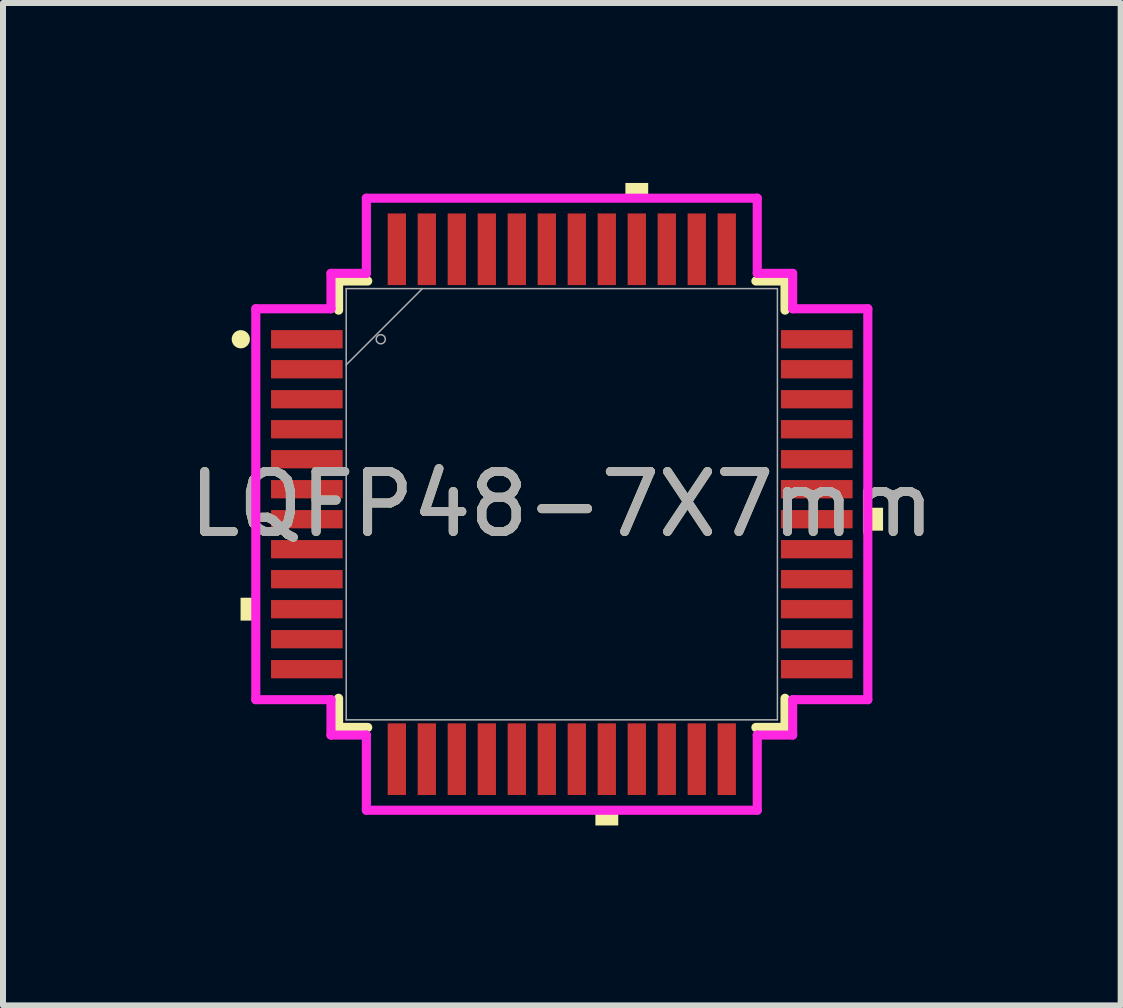
<source format=kicad_pcb>
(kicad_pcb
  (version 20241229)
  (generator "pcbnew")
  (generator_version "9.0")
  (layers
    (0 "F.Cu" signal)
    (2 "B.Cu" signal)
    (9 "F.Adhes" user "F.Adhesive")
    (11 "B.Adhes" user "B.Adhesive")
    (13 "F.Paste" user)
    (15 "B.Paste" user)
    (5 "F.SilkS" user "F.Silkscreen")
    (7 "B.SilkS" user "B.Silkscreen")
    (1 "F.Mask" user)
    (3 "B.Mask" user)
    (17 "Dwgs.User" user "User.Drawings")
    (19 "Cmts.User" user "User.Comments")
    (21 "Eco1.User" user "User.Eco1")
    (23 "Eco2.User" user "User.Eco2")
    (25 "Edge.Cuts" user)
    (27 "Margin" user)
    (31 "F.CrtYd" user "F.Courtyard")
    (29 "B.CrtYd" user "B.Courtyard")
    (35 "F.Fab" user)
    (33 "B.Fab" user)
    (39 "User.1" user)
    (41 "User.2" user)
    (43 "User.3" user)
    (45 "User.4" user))
  (footprint "LQFP48-7X7mm"
    (layer "F.Cu")
    (at 6.315 5.355)
    (property "Reference" "LQFP48-7X7mm" (at 0 0 0) (unlocked yes) (layer "F.SilkS") (effects (font (size 1 1) (thickness 0.15))))
    (attr smd)
    (fp_line (start -3.721 -3.721) (end -3.721 -3.235) (stroke (width 0.152) (type solid)) (layer "F.SilkS"))
    (fp_line (start -3.721 3.235) (end -3.721 3.721) (stroke (width 0.152) (type solid)) (layer "F.SilkS"))
    (fp_line (start -3.721 3.721) (end -3.235 3.721) (stroke (width 0.152) (type solid)) (layer "F.SilkS"))
    (fp_line (start -3.235 -3.721) (end -3.721 -3.721) (stroke (width 0.152) (type solid)) (layer "F.SilkS"))
    (fp_line (start 3.235 3.721) (end 3.721 3.721) (stroke (width 0.152) (type solid)) (layer "F.SilkS"))
    (fp_line (start 3.721 -3.721) (end 3.235 -3.721) (stroke (width 0.152) (type solid)) (layer "F.SilkS"))
    (fp_line (start 3.721 -3.235) (end 3.721 -3.721) (stroke (width 0.152) (type solid)) (layer "F.SilkS"))
    (fp_line (start 3.721 3.721) (end 3.721 3.235) (stroke (width 0.152) (type solid)) (layer "F.SilkS"))
    (fp_circle (center -5.351 -2.75) (end -5.275 -2.75) (stroke (width 0.152) (type solid)) (fill no) (layer "F.SilkS"))
    (fp_poly (pts (xy -5.355 1.559) (xy -5.355 1.94) (xy -5.101 1.94) (xy -5.101 1.559)) (stroke (width 0) (type solid)) (fill yes) (layer "F.SilkS"))
    (fp_poly (pts (xy 0.56 5.101) (xy 0.56 5.355) (xy 0.941 5.355) (xy 0.941 5.101)) (stroke (width 0) (type solid)) (fill yes) (layer "F.SilkS"))
    (fp_poly (pts (xy 1.06 -5.101) (xy 1.06 -5.355) (xy 1.44 -5.355) (xy 1.44 -5.101)) (stroke (width 0) (type solid)) (fill yes) (layer "F.SilkS"))
    (fp_poly (pts (xy 5.355 0.059) (xy 5.355 0.441) (xy 5.101 0.441) (xy 5.101 0.059)) (stroke (width 0) (type solid)) (fill yes) (layer "F.SilkS"))
    (fp_line (start -5.101 -3.258) (end -3.848 -3.258) (stroke (width 0.152) (type solid)) (layer "F.CrtYd"))
    (fp_line (start -5.101 3.258) (end -5.101 -3.258) (stroke (width 0.152) (type solid)) (layer "F.CrtYd"))
    (fp_line (start -3.848 -3.848) (end -3.258 -3.848) (stroke (width 0.152) (type solid)) (layer "F.CrtYd"))
    (fp_line (start -3.848 -3.258) (end -3.848 -3.848) (stroke (width 0.152) (type solid)) (layer "F.CrtYd"))
    (fp_line (start -3.848 3.258) (end -5.101 3.258) (stroke (width 0.152) (type solid)) (layer "F.CrtYd"))
    (fp_line (start -3.848 3.848) (end -3.848 3.258) (stroke (width 0.152) (type solid)) (layer "F.CrtYd"))
    (fp_line (start -3.258 -5.101) (end 3.258 -5.101) (stroke (width 0.152) (type solid)) (layer "F.CrtYd"))
    (fp_line (start -3.258 -3.848) (end -3.258 -5.101) (stroke (width 0.152) (type solid)) (layer "F.CrtYd"))
    (fp_line (start -3.258 3.848) (end -3.848 3.848) (stroke (width 0.152) (type solid)) (layer "F.CrtYd"))
    (fp_line (start -3.258 5.101) (end -3.258 3.848) (stroke (width 0.152) (type solid)) (layer "F.CrtYd"))
    (fp_line (start 3.258 -5.101) (end 3.258 -3.848) (stroke (width 0.152) (type solid)) (layer "F.CrtYd"))
    (fp_line (start 3.258 -3.848) (end 3.848 -3.848) (stroke (width 0.152) (type solid)) (layer "F.CrtYd"))
    (fp_line (start 3.258 3.848) (end 3.258 5.101) (stroke (width 0.152) (type solid)) (layer "F.CrtYd"))
    (fp_line (start 3.258 5.101) (end -3.258 5.101) (stroke (width 0.152) (type solid)) (layer "F.CrtYd"))
    (fp_line (start 3.848 -3.848) (end 3.848 -3.258) (stroke (width 0.152) (type solid)) (layer "F.CrtYd"))
    (fp_line (start 3.848 -3.258) (end 5.101 -3.258) (stroke (width 0.152) (type solid)) (layer "F.CrtYd"))
    (fp_line (start 3.848 3.258) (end 3.848 3.848) (stroke (width 0.152) (type solid)) (layer "F.CrtYd"))
    (fp_line (start 3.848 3.848) (end 3.258 3.848) (stroke (width 0.152) (type solid)) (layer "F.CrtYd"))
    (fp_line (start 5.101 -3.258) (end 5.101 3.258) (stroke (width 0.152) (type solid)) (layer "F.CrtYd"))
    (fp_line (start 5.101 3.258) (end 3.848 3.258) (stroke (width 0.152) (type solid)) (layer "F.CrtYd"))
    (fp_line (start -3.594 -3.594) (end -3.594 3.594) (stroke (width 0.025) (type solid)) (layer "F.Fab"))
    (fp_line (start -3.594 -2.324) (end -2.324 -3.594) (stroke (width 0.025) (type solid)) (layer "F.Fab"))
    (fp_line (start -3.594 3.594) (end 3.594 3.594) (stroke (width 0.025) (type solid)) (layer "F.Fab"))
    (fp_line (start 3.594 -3.594) (end -3.594 -3.594) (stroke (width 0.025) (type solid)) (layer "F.Fab"))
    (fp_line (start 3.594 3.594) (end 3.594 -3.594) (stroke (width 0.025) (type solid)) (layer "F.Fab"))
    (fp_circle (center -3.018 -2.75) (end -2.942 -2.75) (stroke (width 0.025) (type solid)) (fill no) (layer "F.Fab"))
    (fp_text user "${REFERENCE}" (at 0 0 0) (unlocked yes) (layer "F.Fab") (effects (font (size 1 1) (thickness 0.15))))
    (pad "1" smd rect (at -4.25 -2.75) (size 1.194 0.305) (layers "F.Cu" "F.Mask" "F.Paste"))
    (pad "2" smd rect (at -4.25 -2.25) (size 1.194 0.305) (layers "F.Cu" "F.Mask" "F.Paste"))
    (pad "3" smd rect (at -4.25 -1.75) (size 1.194 0.305) (layers "F.Cu" "F.Mask" "F.Paste"))
    (pad "4" smd rect (at -4.25 -1.25) (size 1.194 0.305) (layers "F.Cu" "F.Mask" "F.Paste"))
    (pad "5" smd rect (at -4.25 -0.75) (size 1.194 0.305) (layers "F.Cu" "F.Mask" "F.Paste"))
    (pad "6" smd rect (at -4.25 -0.25) (size 1.194 0.305) (layers "F.Cu" "F.Mask" "F.Paste"))
    (pad "7" smd rect (at -4.25 0.25) (size 1.194 0.305) (layers "F.Cu" "F.Mask" "F.Paste"))
    (pad "8" smd rect (at -4.25 0.75) (size 1.194 0.305) (layers "F.Cu" "F.Mask" "F.Paste"))
    (pad "9" smd rect (at -4.25 1.25) (size 1.194 0.305) (layers "F.Cu" "F.Mask" "F.Paste"))
    (pad "10" smd rect (at -4.25 1.75) (size 1.194 0.305) (layers "F.Cu" "F.Mask" "F.Paste"))
    (pad "11" smd rect (at -4.25 2.25) (size 1.194 0.305) (layers "F.Cu" "F.Mask" "F.Paste"))
    (pad "12" smd rect (at -4.25 2.75) (size 1.194 0.305) (layers "F.Cu" "F.Mask" "F.Paste"))
    (pad "13" smd rect (at -2.75 4.25 90) (size 1.194 0.305) (layers "F.Cu" "F.Mask" "F.Paste"))
    (pad "14" smd rect (at -2.25 4.25 90) (size 1.194 0.305) (layers "F.Cu" "F.Mask" "F.Paste"))
    (pad "15" smd rect (at -1.75 4.25 90) (size 1.194 0.305) (layers "F.Cu" "F.Mask" "F.Paste"))
    (pad "16" smd rect (at -1.25 4.25 90) (size 1.194 0.305) (layers "F.Cu" "F.Mask" "F.Paste"))
    (pad "17" smd rect (at -0.75 4.25 90) (size 1.194 0.305) (layers "F.Cu" "F.Mask" "F.Paste"))
    (pad "18" smd rect (at -0.25 4.25 90) (size 1.194 0.305) (layers "F.Cu" "F.Mask" "F.Paste"))
    (pad "19" smd rect (at 0.25 4.25 90) (size 1.194 0.305) (layers "F.Cu" "F.Mask" "F.Paste"))
    (pad "20" smd rect (at 0.75 4.25 90) (size 1.194 0.305) (layers "F.Cu" "F.Mask" "F.Paste"))
    (pad "21" smd rect (at 1.25 4.25 90) (size 1.194 0.305) (layers "F.Cu" "F.Mask" "F.Paste"))
    (pad "22" smd rect (at 1.75 4.25 90) (size 1.194 0.305) (layers "F.Cu" "F.Mask" "F.Paste"))
    (pad "23" smd rect (at 2.25 4.25 90) (size 1.194 0.305) (layers "F.Cu" "F.Mask" "F.Paste"))
    (pad "24" smd rect (at 2.75 4.25 90) (size 1.194 0.305) (layers "F.Cu" "F.Mask" "F.Paste"))
    (pad "25" smd rect (at 4.25 2.75) (size 1.194 0.305) (layers "F.Cu" "F.Mask" "F.Paste"))
    (pad "26" smd rect (at 4.25 2.25) (size 1.194 0.305) (layers "F.Cu" "F.Mask" "F.Paste"))
    (pad "27" smd rect (at 4.25 1.75) (size 1.194 0.305) (layers "F.Cu" "F.Mask" "F.Paste"))
    (pad "28" smd rect (at 4.25 1.25) (size 1.194 0.305) (layers "F.Cu" "F.Mask" "F.Paste"))
    (pad "29" smd rect (at 4.25 0.75) (size 1.194 0.305) (layers "F.Cu" "F.Mask" "F.Paste"))
    (pad "30" smd rect (at 4.25 0.25) (size 1.194 0.305) (layers "F.Cu" "F.Mask" "F.Paste"))
    (pad "31" smd rect (at 4.25 -0.25) (size 1.194 0.305) (layers "F.Cu" "F.Mask" "F.Paste"))
    (pad "32" smd rect (at 4.25 -0.75) (size 1.194 0.305) (layers "F.Cu" "F.Mask" "F.Paste"))
    (pad "33" smd rect (at 4.25 -1.25) (size 1.194 0.305) (layers "F.Cu" "F.Mask" "F.Paste"))
    (pad "34" smd rect (at 4.25 -1.75) (size 1.194 0.305) (layers "F.Cu" "F.Mask" "F.Paste"))
    (pad "35" smd rect (at 4.25 -2.25) (size 1.194 0.305) (layers "F.Cu" "F.Mask" "F.Paste"))
    (pad "36" smd rect (at 4.25 -2.75) (size 1.194 0.305) (layers "F.Cu" "F.Mask" "F.Paste"))
    (pad "37" smd rect (at 2.75 -4.25 90) (size 1.194 0.305) (layers "F.Cu" "F.Mask" "F.Paste"))
    (pad "38" smd rect (at 2.25 -4.25 90) (size 1.194 0.305) (layers "F.Cu" "F.Mask" "F.Paste"))
    (pad "39" smd rect (at 1.75 -4.25 90) (size 1.194 0.305) (layers "F.Cu" "F.Mask" "F.Paste"))
    (pad "40" smd rect (at 1.25 -4.25 90) (size 1.194 0.305) (layers "F.Cu" "F.Mask" "F.Paste"))
    (pad "41" smd rect (at 0.75 -4.25 90) (size 1.194 0.305) (layers "F.Cu" "F.Mask" "F.Paste"))
    (pad "42" smd rect (at 0.25 -4.25 90) (size 1.194 0.305) (layers "F.Cu" "F.Mask" "F.Paste"))
    (pad "43" smd rect (at -0.25 -4.25 90) (size 1.194 0.305) (layers "F.Cu" "F.Mask" "F.Paste"))
    (pad "44" smd rect (at -0.75 -4.25 90) (size 1.194 0.305) (layers "F.Cu" "F.Mask" "F.Paste"))
    (pad "45" smd rect (at -1.25 -4.25 90) (size 1.194 0.305) (layers "F.Cu" "F.Mask" "F.Paste"))
    (pad "46" smd rect (at -1.75 -4.25 90) (size 1.194 0.305) (layers "F.Cu" "F.Mask" "F.Paste"))
    (pad "47" smd rect (at -2.25 -4.25 90) (size 1.194 0.305) (layers "F.Cu" "F.Mask" "F.Paste"))
    (pad "48" smd rect (at -2.75 -4.25 90) (size 1.194 0.305) (layers "F.Cu" "F.Mask" "F.Paste")))
  (gr_rect
    (start -3 -3)
    (end 15.631 13.71)
    (stroke (width 0.1) (type default))
    (fill no)
    (layer "Edge.Cuts")))
</source>
